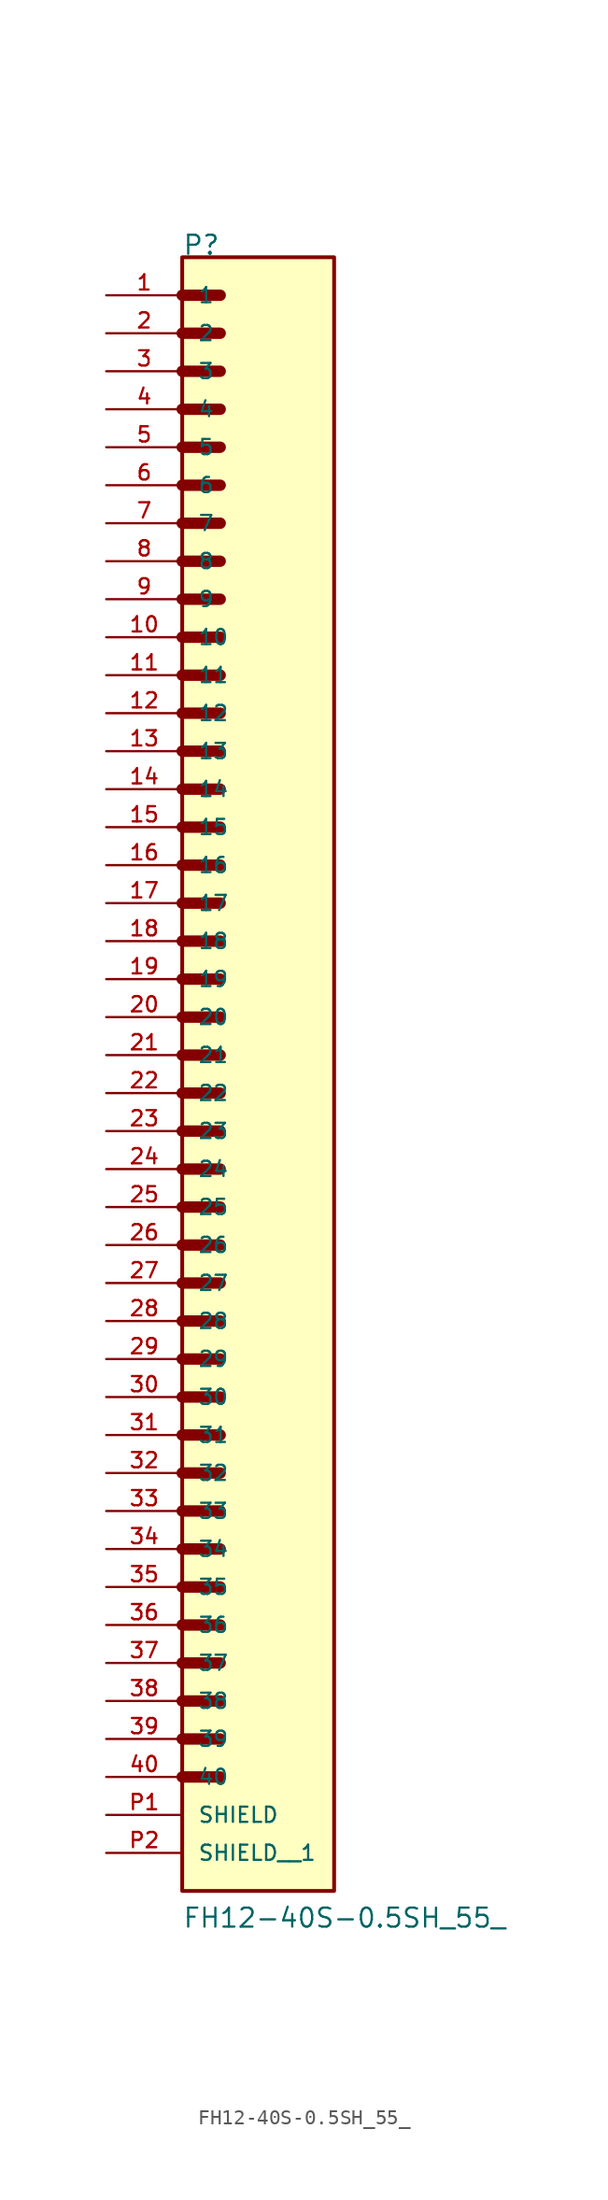
<source format=kicad_sym>
(kicad_symbol_lib
  (version 20211014)
  (generator kicad_symbol_editor)
  (symbol "FH12-40S-0.5SH_55_"
    (pin_names
      (offset 1.016))
    (property "Reference" "P"
      (at 0.0 53.412 0)
      (effects (font (size 1.27 1.27)) (justify bottom left)))
    (property "Value" "FH12-40S-0.5SH_55_"
      (at 0.0 -58.428 0)
      (effects (font (size 1.27 1.27)) (justify bottom left)))
    (symbol "FH12-40S-0.5SH_55__0_0"
      (polyline (pts (xy 0.0 50.8) (xy 2.54 50.8)) (stroke (width 0.762)))
      (polyline (pts (xy 0.0 48.26) (xy 2.54 48.26)) (stroke (width 0.762)))
      (polyline (pts (xy 0.0 45.72) (xy 2.54 45.72)) (stroke (width 0.762)))
      (polyline (pts (xy 0.0 43.18) (xy 2.54 43.18)) (stroke (width 0.762)))
      (polyline (pts (xy 0.0 40.64) (xy 2.54 40.64)) (stroke (width 0.762)))
      (polyline (pts (xy 0.0 38.1) (xy 2.54 38.1)) (stroke (width 0.762)))
      (polyline (pts (xy 0.0 35.56) (xy 2.54 35.56)) (stroke (width 0.762)))
      (polyline (pts (xy 0.0 33.02) (xy 2.54 33.02)) (stroke (width 0.762)))
      (polyline (pts (xy 0.0 30.48) (xy 2.54 30.48)) (stroke (width 0.762)))
      (polyline (pts (xy 0.0 27.94) (xy 2.54 27.94)) (stroke (width 0.762)))
      (polyline (pts (xy 0.0 25.4) (xy 2.54 25.4)) (stroke (width 0.762)))
      (polyline (pts (xy 0.0 22.86) (xy 2.54 22.86)) (stroke (width 0.762)))
      (polyline (pts (xy 0.0 20.32) (xy 2.54 20.32)) (stroke (width 0.762)))
      (polyline (pts (xy 0.0 17.78) (xy 2.54 17.78)) (stroke (width 0.762)))
      (polyline (pts (xy 0.0 15.24) (xy 2.54 15.24)) (stroke (width 0.762)))
      (polyline (pts (xy 0.0 12.7) (xy 2.54 12.7)) (stroke (width 0.762)))
      (polyline (pts (xy 0.0 10.16) (xy 2.54 10.16)) (stroke (width 0.762)))
      (polyline (pts (xy 0.0 7.62) (xy 2.54 7.62)) (stroke (width 0.762)))
      (polyline (pts (xy 0.0 5.08) (xy 2.54 5.08)) (stroke (width 0.762)))
      (polyline (pts (xy 0.0 2.54) (xy 2.54 2.54)) (stroke (width 0.762)))
      (polyline (pts (xy 0.0 0.0) (xy 2.54 0.0)) (stroke (width 0.762)))
      (polyline (pts (xy 0.0 -2.54) (xy 2.54 -2.54)) (stroke (width 0.762)))
      (polyline (pts (xy 0.0 -5.08) (xy 2.54 -5.08)) (stroke (width 0.762)))
      (polyline (pts (xy 0.0 -7.62) (xy 2.54 -7.62)) (stroke (width 0.762)))
      (polyline (pts (xy 0.0 -10.16) (xy 2.54 -10.16)) (stroke (width 0.762)))
      (polyline (pts (xy 0.0 -12.7) (xy 2.54 -12.7)) (stroke (width 0.762)))
      (polyline (pts (xy 0.0 -15.24) (xy 2.54 -15.24)) (stroke (width 0.762)))
      (polyline (pts (xy 0.0 -17.78) (xy 2.54 -17.78)) (stroke (width 0.762)))
      (polyline (pts (xy 0.0 -20.32) (xy 2.54 -20.32)) (stroke (width 0.762)))
      (polyline (pts (xy 0.0 -22.86) (xy 2.54 -22.86)) (stroke (width 0.762)))
      (polyline (pts (xy 0.0 -25.4) (xy 2.54 -25.4)) (stroke (width 0.762)))
      (polyline (pts (xy 0.0 -27.94) (xy 2.54 -27.94)) (stroke (width 0.762)))
      (polyline (pts (xy 0.0 -30.48) (xy 2.54 -30.48)) (stroke (width 0.762)))
      (polyline (pts (xy 0.0 -33.02) (xy 2.54 -33.02)) (stroke (width 0.762)))
      (polyline (pts (xy 0.0 -35.56) (xy 2.54 -35.56)) (stroke (width 0.762)))
      (polyline (pts (xy 0.0 -38.1) (xy 2.54 -38.1)) (stroke (width 0.762)))
      (polyline (pts (xy 0.0 -40.64) (xy 2.54 -40.64)) (stroke (width 0.762)))
      (polyline (pts (xy 0.0 -43.18) (xy 2.54 -43.18)) (stroke (width 0.762)))
      (polyline (pts (xy 0.0 -45.72) (xy 2.54 -45.72)) (stroke (width 0.762)))
      (polyline (pts (xy 0.0 -48.26) (xy 2.54 -48.26)) (stroke (width 0.762)))
      (rectangle (start 0.0 -55.88) (end 10.16 53.34) (stroke (width 0.254)) (fill (type background)))
      (pin passive line (at -5.08 50.8 0) (length 5.08) (name "1" (effects (font (size 1.016 1.016)))) (number "1" (effects (font (size 1.016 1.016)))))
      (pin passive line (at -5.08 48.26 0) (length 5.08) (name "2" (effects (font (size 1.016 1.016)))) (number "2" (effects (font (size 1.016 1.016)))))
      (pin passive line (at -5.08 45.72 0) (length 5.08) (name "3" (effects (font (size 1.016 1.016)))) (number "3" (effects (font (size 1.016 1.016)))))
      (pin passive line (at -5.08 43.18 0) (length 5.08) (name "4" (effects (font (size 1.016 1.016)))) (number "4" (effects (font (size 1.016 1.016)))))
      (pin passive line (at -5.08 40.64 0) (length 5.08) (name "5" (effects (font (size 1.016 1.016)))) (number "5" (effects (font (size 1.016 1.016)))))
      (pin passive line (at -5.08 38.1 0) (length 5.08) (name "6" (effects (font (size 1.016 1.016)))) (number "6" (effects (font (size 1.016 1.016)))))
      (pin passive line (at -5.08 35.56 0) (length 5.08) (name "7" (effects (font (size 1.016 1.016)))) (number "7" (effects (font (size 1.016 1.016)))))
      (pin passive line (at -5.08 33.02 0) (length 5.08) (name "8" (effects (font (size 1.016 1.016)))) (number "8" (effects (font (size 1.016 1.016)))))
      (pin passive line (at -5.08 30.48 0) (length 5.08) (name "9" (effects (font (size 1.016 1.016)))) (number "9" (effects (font (size 1.016 1.016)))))
      (pin passive line (at -5.08 27.94 0) (length 5.08) (name "10" (effects (font (size 1.016 1.016)))) (number "10" (effects (font (size 1.016 1.016)))))
      (pin passive line (at -5.08 25.4 0) (length 5.08) (name "11" (effects (font (size 1.016 1.016)))) (number "11" (effects (font (size 1.016 1.016)))))
      (pin passive line (at -5.08 22.86 0) (length 5.08) (name "12" (effects (font (size 1.016 1.016)))) (number "12" (effects (font (size 1.016 1.016)))))
      (pin passive line (at -5.08 20.32 0) (length 5.08) (name "13" (effects (font (size 1.016 1.016)))) (number "13" (effects (font (size 1.016 1.016)))))
      (pin passive line (at -5.08 17.78 0) (length 5.08) (name "14" (effects (font (size 1.016 1.016)))) (number "14" (effects (font (size 1.016 1.016)))))
      (pin passive line (at -5.08 15.24 0) (length 5.08) (name "15" (effects (font (size 1.016 1.016)))) (number "15" (effects (font (size 1.016 1.016)))))
      (pin passive line (at -5.08 12.7 0) (length 5.08) (name "16" (effects (font (size 1.016 1.016)))) (number "16" (effects (font (size 1.016 1.016)))))
      (pin passive line (at -5.08 10.16 0) (length 5.08) (name "17" (effects (font (size 1.016 1.016)))) (number "17" (effects (font (size 1.016 1.016)))))
      (pin passive line (at -5.08 7.62 0) (length 5.08) (name "18" (effects (font (size 1.016 1.016)))) (number "18" (effects (font (size 1.016 1.016)))))
      (pin passive line (at -5.08 5.08 0) (length 5.08) (name "19" (effects (font (size 1.016 1.016)))) (number "19" (effects (font (size 1.016 1.016)))))
      (pin passive line (at -5.08 2.54 0) (length 5.08) (name "20" (effects (font (size 1.016 1.016)))) (number "20" (effects (font (size 1.016 1.016)))))
      (pin passive line (at -5.08 0.0 0) (length 5.08) (name "21" (effects (font (size 1.016 1.016)))) (number "21" (effects (font (size 1.016 1.016)))))
      (pin passive line (at -5.08 -2.54 0) (length 5.08) (name "22" (effects (font (size 1.016 1.016)))) (number "22" (effects (font (size 1.016 1.016)))))
      (pin passive line (at -5.08 -5.08 0) (length 5.08) (name "23" (effects (font (size 1.016 1.016)))) (number "23" (effects (font (size 1.016 1.016)))))
      (pin passive line (at -5.08 -7.62 0) (length 5.08) (name "24" (effects (font (size 1.016 1.016)))) (number "24" (effects (font (size 1.016 1.016)))))
      (pin passive line (at -5.08 -10.16 0) (length 5.08) (name "25" (effects (font (size 1.016 1.016)))) (number "25" (effects (font (size 1.016 1.016)))))
      (pin passive line (at -5.08 -12.7 0) (length 5.08) (name "26" (effects (font (size 1.016 1.016)))) (number "26" (effects (font (size 1.016 1.016)))))
      (pin passive line (at -5.08 -15.24 0) (length 5.08) (name "27" (effects (font (size 1.016 1.016)))) (number "27" (effects (font (size 1.016 1.016)))))
      (pin passive line (at -5.08 -17.78 0) (length 5.08) (name "28" (effects (font (size 1.016 1.016)))) (number "28" (effects (font (size 1.016 1.016)))))
      (pin passive line (at -5.08 -20.32 0) (length 5.08) (name "29" (effects (font (size 1.016 1.016)))) (number "29" (effects (font (size 1.016 1.016)))))
      (pin passive line (at -5.08 -22.86 0) (length 5.08) (name "30" (effects (font (size 1.016 1.016)))) (number "30" (effects (font (size 1.016 1.016)))))
      (pin passive line (at -5.08 -25.4 0) (length 5.08) (name "31" (effects (font (size 1.016 1.016)))) (number "31" (effects (font (size 1.016 1.016)))))
      (pin passive line (at -5.08 -27.94 0) (length 5.08) (name "32" (effects (font (size 1.016 1.016)))) (number "32" (effects (font (size 1.016 1.016)))))
      (pin passive line (at -5.08 -30.48 0) (length 5.08) (name "33" (effects (font (size 1.016 1.016)))) (number "33" (effects (font (size 1.016 1.016)))))
      (pin passive line (at -5.08 -33.02 0) (length 5.08) (name "34" (effects (font (size 1.016 1.016)))) (number "34" (effects (font (size 1.016 1.016)))))
      (pin passive line (at -5.08 -35.56 0) (length 5.08) (name "35" (effects (font (size 1.016 1.016)))) (number "35" (effects (font (size 1.016 1.016)))))
      (pin passive line (at -5.08 -38.1 0) (length 5.08) (name "36" (effects (font (size 1.016 1.016)))) (number "36" (effects (font (size 1.016 1.016)))))
      (pin passive line (at -5.08 -40.64 0) (length 5.08) (name "37" (effects (font (size 1.016 1.016)))) (number "37" (effects (font (size 1.016 1.016)))))
      (pin passive line (at -5.08 -43.18 0) (length 5.08) (name "38" (effects (font (size 1.016 1.016)))) (number "38" (effects (font (size 1.016 1.016)))))
      (pin passive line (at -5.08 -45.72 0) (length 5.08) (name "39" (effects (font (size 1.016 1.016)))) (number "39" (effects (font (size 1.016 1.016)))))
      (pin passive line (at -5.08 -48.26 0) (length 5.08) (name "40" (effects (font (size 1.016 1.016)))) (number "40" (effects (font (size 1.016 1.016)))))
      (pin passive line (at -5.08 -50.8 0) (length 5.08) (name "SHIELD" (effects (font (size 1.016 1.016)))) (number "P1" (effects (font (size 1.016 1.016)))))
      (pin passive line (at -5.08 -53.34 0) (length 5.08) (name "SHIELD__1" (effects (font (size 1.016 1.016)))) (number "P2" (effects (font (size 1.016 1.016))))))))
</source>
